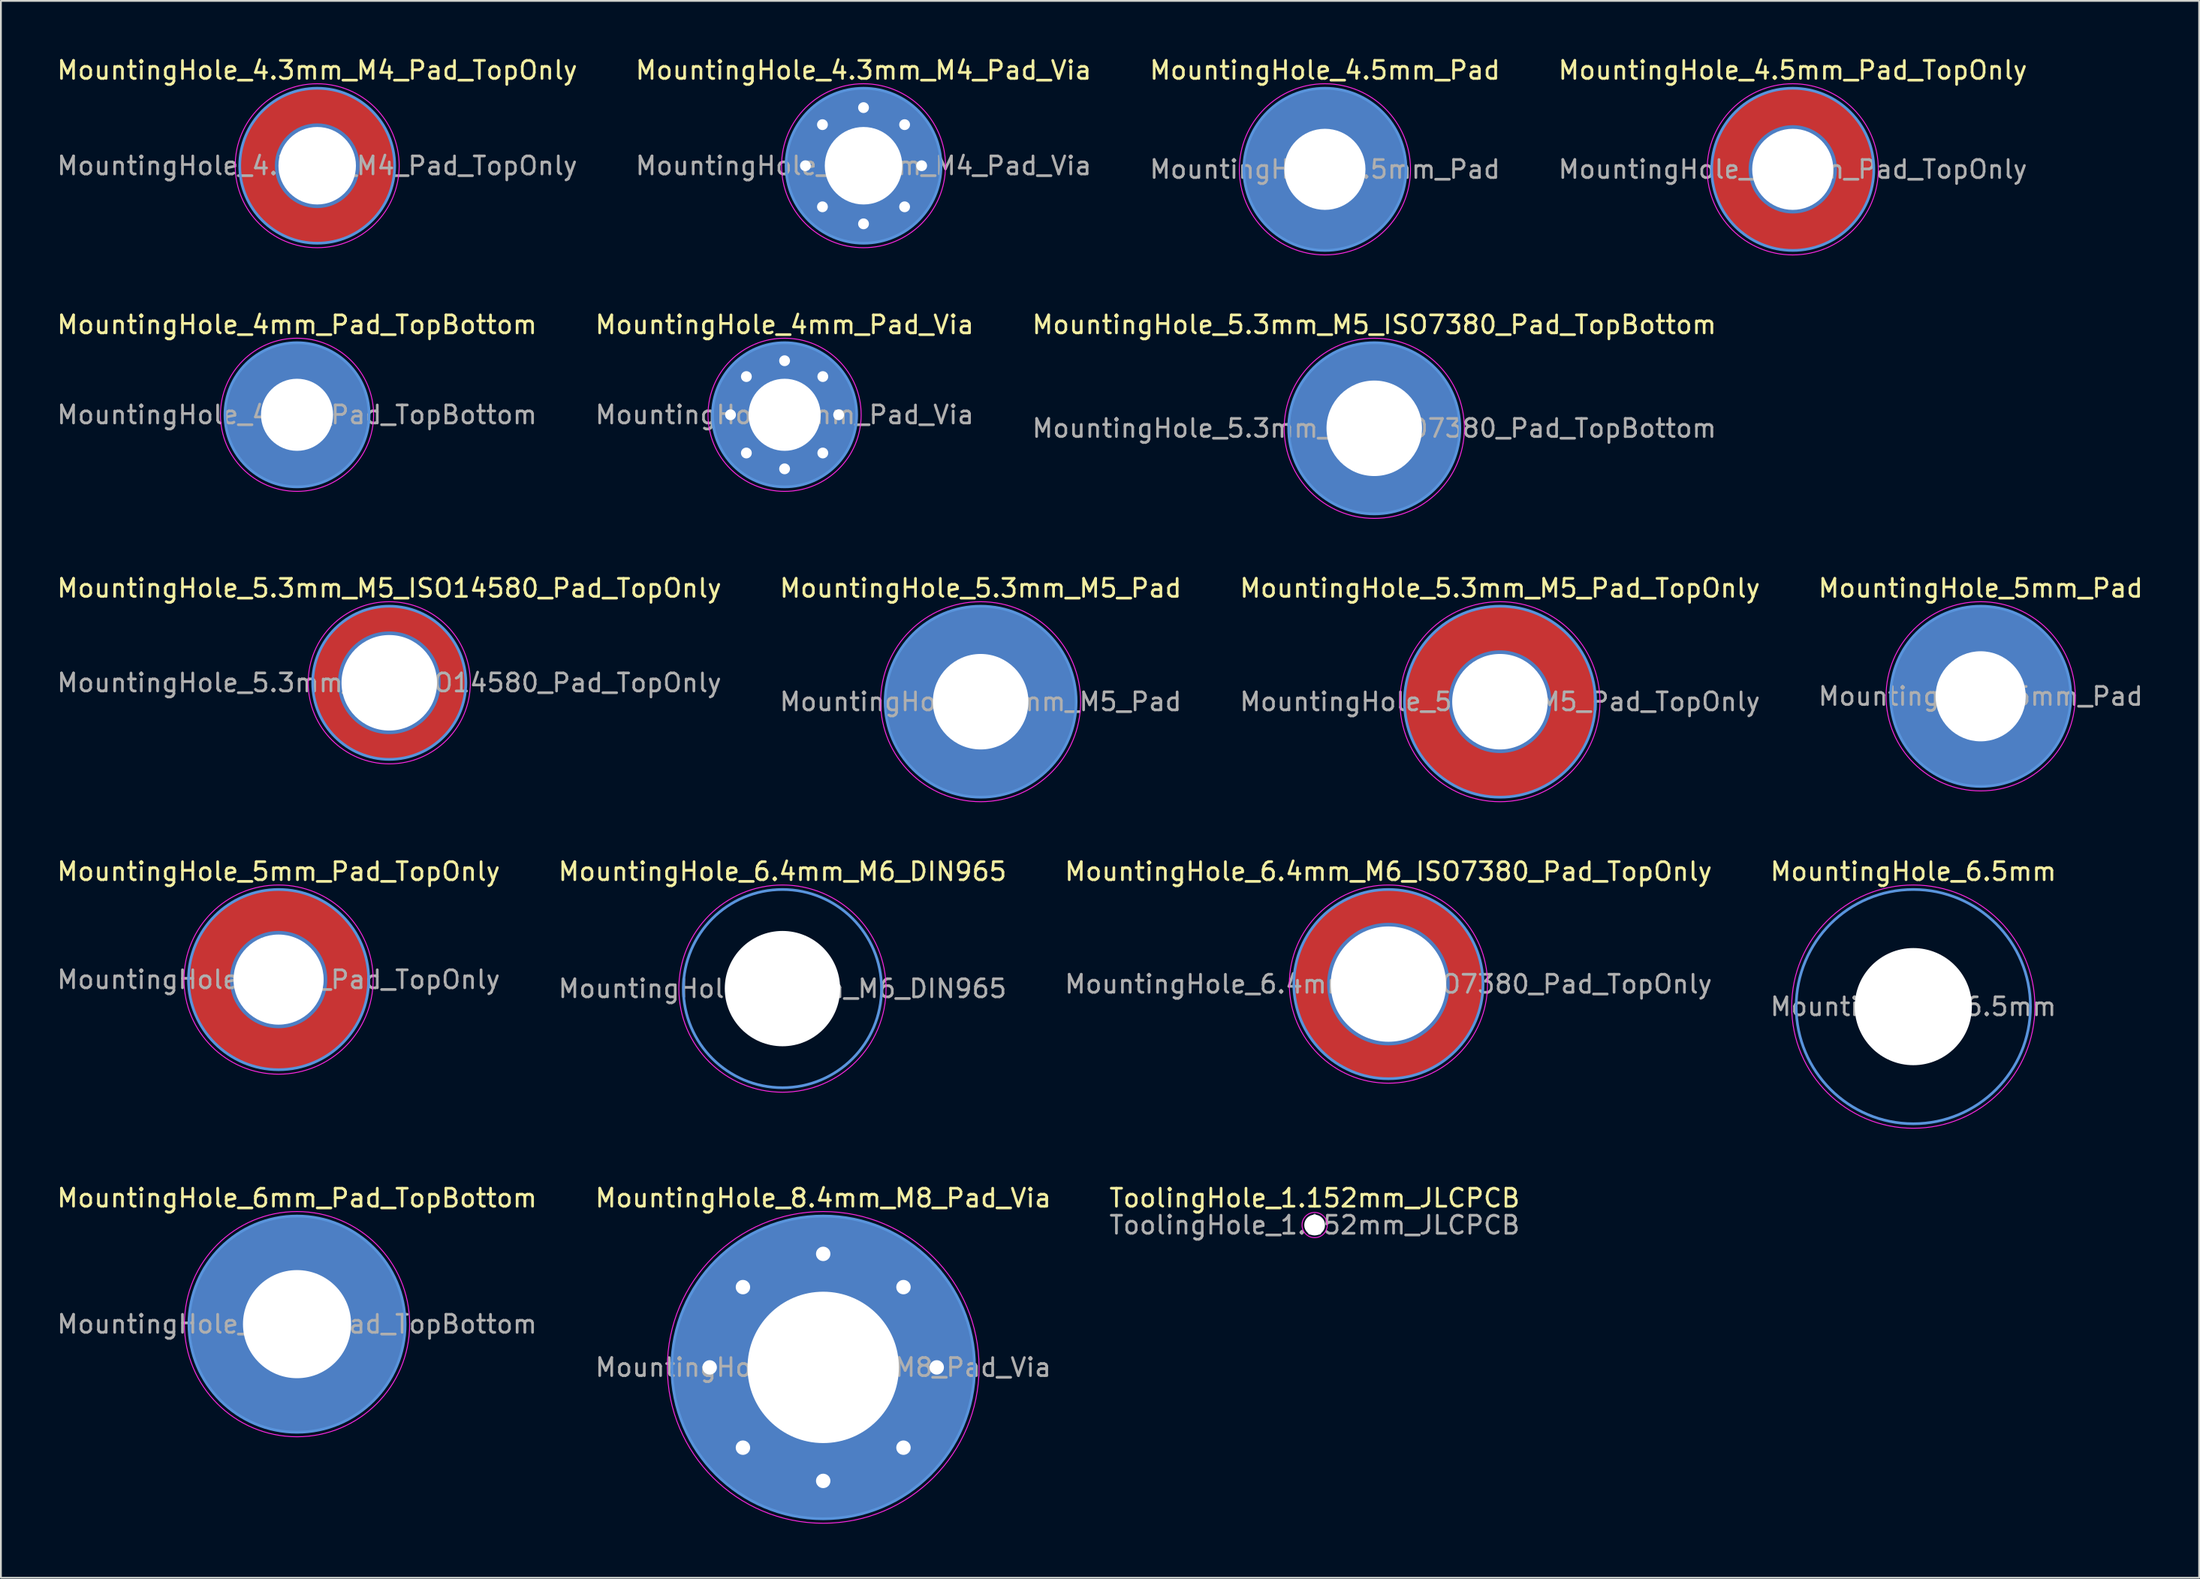
<source format=kicad_pcb>
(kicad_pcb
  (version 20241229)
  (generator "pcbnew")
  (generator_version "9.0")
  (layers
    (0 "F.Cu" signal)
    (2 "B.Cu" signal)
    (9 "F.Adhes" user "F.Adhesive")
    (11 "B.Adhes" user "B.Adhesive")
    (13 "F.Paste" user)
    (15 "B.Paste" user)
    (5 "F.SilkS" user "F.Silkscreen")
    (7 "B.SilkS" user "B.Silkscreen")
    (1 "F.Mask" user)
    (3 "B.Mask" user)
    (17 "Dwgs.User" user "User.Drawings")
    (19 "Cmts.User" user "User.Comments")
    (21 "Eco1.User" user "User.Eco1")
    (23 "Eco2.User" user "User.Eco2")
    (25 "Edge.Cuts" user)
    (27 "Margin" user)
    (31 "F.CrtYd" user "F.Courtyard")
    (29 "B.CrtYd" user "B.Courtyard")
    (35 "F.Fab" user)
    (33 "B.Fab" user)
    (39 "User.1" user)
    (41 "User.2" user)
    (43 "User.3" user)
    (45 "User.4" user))
  (footprint "MountingHole_4.5mm_Pad_TopOnly"
    (layer "F.Cu")
    (at 96.446 6.348)
    (property "Reference" "MountingHole_4.5mm_Pad_TopOnly" (at 0 -5.5 0) (layer "F.SilkS") (effects (font (size 1 1) (thickness 0.15))))
    (attr exclude_from_pos_files exclude_from_bom)
    (fp_circle (center 0 0) (end 4.5 0) (stroke (width 0.15) (type solid)) (fill no) (layer "Cmts.User"))
    (fp_circle (center 0 0) (end 4.75 0) (stroke (width 0.05) (type solid)) (fill no) (layer "F.CrtYd"))
    (fp_text user "${REFERENCE}" (at 0 0 0) (layer "F.Fab") (effects (font (size 1 1) (thickness 0.15))))
    (pad "1" thru_hole circle (at 0 0) (size 4.9 4.9) (drill 4.5) (layers "*.Cu" "*.Mask"))
    (pad "1" connect circle (at 0 0) (size 9 9) (layers "F.Cu" "F.Mask")))
  (footprint "MountingHole_6mm_Pad_TopBottom"
    (layer "F.Cu")
    (at 13.435 70.441)
    (property "Reference" "MountingHole_6mm_Pad_TopBottom" (at 0 -7 0) (layer "F.SilkS") (effects (font (size 1 1) (thickness 0.15))))
    (attr exclude_from_pos_files exclude_from_bom)
    (fp_circle (center 0 0) (end 6 0) (stroke (width 0.15) (type solid)) (fill no) (layer "Cmts.User"))
    (fp_circle (center 0 0) (end 6.25 0) (stroke (width 0.05) (type solid)) (fill no) (layer "F.CrtYd"))
    (fp_text user "${REFERENCE}" (at 0 0 0) (layer "F.Fab") (effects (font (size 1 1) (thickness 0.15))))
    (pad "1" thru_hole circle (at 0 0) (size 6.4 6.4) (drill 6) (layers "*.Cu" "*.Mask"))
    (pad "1" connect circle (at 0 0) (size 12 12) (layers "F.Cu" "F.Mask"))
    (pad "1" connect circle (at 0 0) (size 12 12) (layers "B.Cu" "B.Mask")))
  (footprint "MountingHole_5.3mm_M5_Pad_TopOnly"
    (layer "F.Cu")
    (at 80.196 35.895)
    (property "Reference" "MountingHole_5.3mm_M5_Pad_TopOnly" (at 0 -6.3 0) (layer "F.SilkS") (effects (font (size 1 1) (thickness 0.15))))
    (attr exclude_from_pos_files exclude_from_bom)
    (fp_circle (center 0 0) (end 5.3 0) (stroke (width 0.15) (type solid)) (fill no) (layer "Cmts.User"))
    (fp_circle (center 0 0) (end 5.55 0) (stroke (width 0.05) (type solid)) (fill no) (layer "F.CrtYd"))
    (fp_text user "${REFERENCE}" (at 0 0 0) (layer "F.Fab") (effects (font (size 1 1) (thickness 0.15))))
    (pad "" thru_hole circle (at 0 0) (size 5.7 5.7) (drill 5.3) (layers "*.Cu" "*.Mask"))
    (pad "" connect circle (at 0 0) (size 10.6 10.6) (layers "F.Cu" "F.Mask")))
  (footprint "MountingHole_4.3mm_M4_Pad_Via"
    (layer "F.Cu")
    (at 44.875 6.148)
    (property "Reference" "MountingHole_4.3mm_M4_Pad_Via" (at 0 -5.3 0) (layer "F.SilkS") (effects (font (size 1 1) (thickness 0.15))))
    (attr exclude_from_pos_files exclude_from_bom)
    (fp_circle (center 0 0) (end 4.3 0) (stroke (width 0.15) (type solid)) (fill no) (layer "Cmts.User"))
    (fp_circle (center 0 0) (end 4.55 0) (stroke (width 0.05) (type solid)) (fill no) (layer "F.CrtYd"))
    (fp_text user "${REFERENCE}" (at 0 0 0) (layer "F.Fab") (effects (font (size 1 1) (thickness 0.15))))
    (pad "1" thru_hole circle (at -3.225 0) (size 0.9 0.9) (drill 0.6) (layers "*.Cu" "*.Mask"))
    (pad "1" thru_hole circle (at -2.28 -2.28) (size 0.9 0.9) (drill 0.6) (layers "*.Cu" "*.Mask"))
    (pad "1" thru_hole circle (at -2.28 2.28) (size 0.9 0.9) (drill 0.6) (layers "*.Cu" "*.Mask"))
    (pad "1" thru_hole circle (at 0 -3.225) (size 0.9 0.9) (drill 0.6) (layers "*.Cu" "*.Mask"))
    (pad "1" thru_hole circle (at 0 0) (size 8.6 8.6) (drill 4.3) (layers "*.Cu" "*.Mask"))
    (pad "1" thru_hole circle (at 0 3.225) (size 0.9 0.9) (drill 0.6) (layers "*.Cu" "*.Mask"))
    (pad "1" thru_hole circle (at 2.28 -2.28) (size 0.9 0.9) (drill 0.6) (layers "*.Cu" "*.Mask"))
    (pad "1" thru_hole circle (at 2.28 2.28) (size 0.9 0.9) (drill 0.6) (layers "*.Cu" "*.Mask"))
    (pad "1" thru_hole circle (at 3.225 0) (size 0.9 0.9) (drill 0.6) (layers "*.Cu" "*.Mask")))
  (footprint "MountingHole_5mm_Pad"
    (layer "F.Cu")
    (at 106.875 35.595)
    (property "Reference" "MountingHole_5mm_Pad" (at 0 -6 0) (layer "F.SilkS") (effects (font (size 1 1) (thickness 0.15))))
    (attr exclude_from_pos_files exclude_from_bom)
    (fp_circle (center 0 0) (end 5 0) (stroke (width 0.15) (type solid)) (fill no) (layer "Cmts.User"))
    (fp_circle (center 0 0) (end 5.25 0) (stroke (width 0.05) (type solid)) (fill no) (layer "F.CrtYd"))
    (fp_text user "${REFERENCE}" (at 0 0 0) (layer "F.Fab") (effects (font (size 1 1) (thickness 0.15))))
    (pad "" thru_hole circle (at 0 0) (size 10 10) (drill 5) (layers "*.Cu" "*.Mask")))
  (footprint "MountingHole_4.3mm_M4_Pad_TopOnly"
    (layer "F.Cu")
    (at 14.554 6.148)
    (property "Reference" "MountingHole_4.3mm_M4_Pad_TopOnly" (at 0 -5.3 0) (layer "F.SilkS") (effects (font (size 1 1) (thickness 0.15))))
    (attr through_hole exclude_from_pos_files exclude_from_bom)
    (fp_circle (center 0 0) (end 4.3 0) (stroke (width 0.15) (type solid)) (fill no) (layer "Cmts.User"))
    (fp_circle (center 0 0) (end 4.55 0) (stroke (width 0.05) (type solid)) (fill no) (layer "F.CrtYd"))
    (fp_text user "${REFERENCE}" (at 0 0 0) (layer "F.Fab") (effects (font (size 1 1) (thickness 0.15))))
    (pad "" thru_hole circle (at 0 0) (size 4.7 4.7) (drill 4.3) (layers "*.Cu" "*.Mask"))
    (pad "" connect circle (at 0 0) (size 8.6 8.6) (layers "F.Cu" "F.Mask")))
  (footprint "MountingHole_4.5mm_Pad"
    (layer "F.Cu")
    (at 70.482 6.348)
    (property "Reference" "MountingHole_4.5mm_Pad" (at 0 -5.5 0) (layer "F.SilkS") (effects (font (size 1 1) (thickness 0.15))))
    (attr exclude_from_pos_files exclude_from_bom)
    (fp_circle (center 0 0) (end 4.5 0) (stroke (width 0.15) (type solid)) (fill no) (layer "Cmts.User"))
    (fp_circle (center 0 0) (end 4.75 0) (stroke (width 0.05) (type solid)) (fill no) (layer "F.CrtYd"))
    (fp_text user "${REFERENCE}" (at 0 0 0) (layer "F.Fab") (effects (font (size 1 1) (thickness 0.15))))
    (pad "" thru_hole circle (at 0 0) (size 9 9) (drill 4.5) (layers "*.Cu" "*.Mask")))
  (footprint "ToolingHole_1.152mm_JLCPCB"
    (layer "F.Cu")
    (at 69.911 64.941)
    (property "Reference" "ToolingHole_1.152mm_JLCPCB" (at 0 -1.5 0) (layer "F.SilkS") (effects (font (size 1 1) (thickness 0.15))))
    (attr exclude_from_pos_files exclude_from_bom)
    (fp_circle (center 0 0) (end 0.7 0) (stroke (width 0.05) (type solid)) (fill no) (layer "F.CrtYd"))
    (fp_text user "${REFERENCE}" (at 0 0 0) (layer "F.Fab") (effects (font (size 1 1) (thickness 0.15))))
    (pad "" np_thru_hole circle (at 0 0) (size 1.152 1.152) (drill 1.152) (layers "*.Cu" "*.Mask")))
  (footprint "MountingHole_8.4mm_M8_Pad_Via"
    (layer "F.Cu")
    (at 42.637 72.841)
    (property "Reference" "MountingHole_8.4mm_M8_Pad_Via" (at 0 -9.4 0) (layer "F.SilkS") (effects (font (size 1 1) (thickness 0.15))))
    (attr exclude_from_pos_files exclude_from_bom)
    (fp_circle (center 0 0) (end 8.4 0) (stroke (width 0.15) (type solid)) (fill no) (layer "Cmts.User"))
    (fp_circle (center 0 0) (end 8.65 0) (stroke (width 0.05) (type solid)) (fill no) (layer "F.CrtYd"))
    (fp_text user "${REFERENCE}" (at 0 0 0) (layer "F.Fab") (effects (font (size 1 1) (thickness 0.15))))
    (pad "" thru_hole circle (at -6.3 0) (size 1.1 1.1) (drill 0.8) (layers "*.Cu" "*.Mask"))
    (pad "" thru_hole circle (at -4.455 -4.455) (size 1.1 1.1) (drill 0.8) (layers "*.Cu" "*.Mask"))
    (pad "" thru_hole circle (at -4.455 4.455) (size 1.1 1.1) (drill 0.8) (layers "*.Cu" "*.Mask"))
    (pad "" thru_hole circle (at 0 -6.3) (size 1.1 1.1) (drill 0.8) (layers "*.Cu" "*.Mask"))
    (pad "" thru_hole circle (at 0 0) (size 16.8 16.8) (drill 8.4) (layers "*.Cu" "*.Mask"))
    (pad "" thru_hole circle (at 0 6.3) (size 1.1 1.1) (drill 0.8) (layers "*.Cu" "*.Mask"))
    (pad "" thru_hole circle (at 4.455 -4.455) (size 1.1 1.1) (drill 0.8) (layers "*.Cu" "*.Mask"))
    (pad "" thru_hole circle (at 4.455 4.455) (size 1.1 1.1) (drill 0.8) (layers "*.Cu" "*.Mask"))
    (pad "" thru_hole circle (at 6.3 0) (size 1.1 1.1) (drill 0.8) (layers "*.Cu" "*.Mask")))
  (footprint "MountingHole_6.4mm_M6_DIN965"
    (layer "F.Cu")
    (at 40.375 51.818)
    (property "Reference" "MountingHole_6.4mm_M6_DIN965" (at 0 -6.5 0) (layer "F.SilkS") (effects (font (size 1 1) (thickness 0.15))))
    (attr through_hole exclude_from_pos_files exclude_from_bom)
    (fp_circle (center 0 0) (end 5.5 0) (stroke (width 0.15) (type solid)) (fill no) (layer "Cmts.User"))
    (fp_circle (center 0 0) (end 5.75 0) (stroke (width 0.05) (type solid)) (fill no) (layer "F.CrtYd"))
    (fp_text user "${REFERENCE}" (at 0 0 0) (layer "F.Fab") (effects (font (size 1 1) (thickness 0.15))))
    (pad "" np_thru_hole circle (at 0 0) (size 6.4 6.4) (drill 6.4) (layers "*.Cu" "*.Mask")))
  (footprint "MountingHole_6.4mm_M6_ISO7380_Pad_TopOnly"
    (layer "F.Cu")
    (at 74.006 51.568)
    (property "Reference" "MountingHole_6.4mm_M6_ISO7380_Pad_TopOnly" (at 0 -6.25 0) (layer "F.SilkS") (effects (font (size 1 1) (thickness 0.15))))
    (attr exclude_from_pos_files exclude_from_bom)
    (fp_circle (center 0 0) (end 5.25 0) (stroke (width 0.15) (type solid)) (fill no) (layer "Cmts.User"))
    (fp_circle (center 0 0) (end 5.5 0) (stroke (width 0.05) (type solid)) (fill no) (layer "F.CrtYd"))
    (fp_text user "${REFERENCE}" (at 0 0 0) (layer "F.Fab") (effects (font (size 1 1) (thickness 0.15))))
    (pad "1" thru_hole circle (at 0 0) (size 6.8 6.8) (drill 6.4) (layers "*.Cu" "*.Mask"))
    (pad "1" connect circle (at 0 0) (size 10.5 10.5) (layers "F.Cu" "F.Mask")))
  (footprint "MountingHole_5.3mm_M5_ISO7380_Pad_TopBottom"
    (layer "F.Cu")
    (at 73.22 20.721)
    (property "Reference" "MountingHole_5.3mm_M5_ISO7380_Pad_TopBottom" (at 0 -5.75 0) (layer "F.SilkS") (effects (font (size 1 1) (thickness 0.15))))
    (attr exclude_from_pos_files exclude_from_bom)
    (fp_circle (center 0 0) (end 4.75 0) (stroke (width 0.15) (type solid)) (fill no) (layer "Cmts.User"))
    (fp_circle (center 0 0) (end 5 0) (stroke (width 0.05) (type solid)) (fill no) (layer "F.CrtYd"))
    (fp_text user "${REFERENCE}" (at 0 0 0) (layer "F.Fab") (effects (font (size 1 1) (thickness 0.15))))
    (pad "1" thru_hole circle (at 0 0) (size 5.7 5.7) (drill 5.3) (layers "*.Cu" "*.Mask"))
    (pad "1" connect circle (at 0 0) (size 9.5 9.5) (layers "F.Cu" "F.Mask"))
    (pad "1" connect circle (at 0 0) (size 9.5 9.5) (layers "B.Cu" "B.Mask")))
  (footprint "MountingHole_6.5mm"
    (layer "F.Cu")
    (at 103.137 52.818)
    (property "Reference" "MountingHole_6.5mm" (at 0 -7.5 0) (layer "F.SilkS") (effects (font (size 1 1) (thickness 0.15))))
    (attr through_hole exclude_from_pos_files exclude_from_bom)
    (fp_circle (center 0 0) (end 6.5 0) (stroke (width 0.15) (type solid)) (fill no) (layer "Cmts.User"))
    (fp_circle (center 0 0) (end 6.75 0) (stroke (width 0.05) (type solid)) (fill no) (layer "F.CrtYd"))
    (fp_text user "${REFERENCE}" (at 0 0 0) (layer "F.Fab") (effects (font (size 1 1) (thickness 0.15))))
    (pad "" np_thru_hole circle (at 0 0) (size 6.5 6.5) (drill 6.5) (layers "*.Cu" "*.Mask")))
  (footprint "MountingHole_4mm_Pad_TopBottom"
    (layer "F.Cu")
    (at 13.435 19.971)
    (property "Reference" "MountingHole_4mm_Pad_TopBottom" (at 0 -5 0) (layer "F.SilkS") (effects (font (size 1 1) (thickness 0.15))))
    (attr exclude_from_pos_files exclude_from_bom)
    (fp_circle (center 0 0) (end 4 0) (stroke (width 0.15) (type solid)) (fill no) (layer "Cmts.User"))
    (fp_circle (center 0 0) (end 4.25 0) (stroke (width 0.05) (type solid)) (fill no) (layer "F.CrtYd"))
    (fp_text user "${REFERENCE}" (at 0 0 0) (layer "F.Fab") (effects (font (size 1 1) (thickness 0.15))))
    (pad "" thru_hole circle (at 0 0) (size 4.4 4.4) (drill 4) (layers "*.Cu" "*.Mask"))
    (pad "" connect circle (at 0 0) (size 8 8) (layers "F.Cu" "F.Mask"))
    (pad "" connect circle (at 0 0) (size 8 8) (layers "B.Cu" "B.Mask")))
  (footprint "MountingHole_5.3mm_M5_Pad"
    (layer "F.Cu")
    (at 51.375 35.895)
    (property "Reference" "MountingHole_5.3mm_M5_Pad" (at 0 -6.3 0) (layer "F.SilkS") (effects (font (size 1 1) (thickness 0.15))))
    (attr exclude_from_pos_files exclude_from_bom)
    (fp_circle (center 0 0) (end 5.3 0) (stroke (width 0.15) (type solid)) (fill no) (layer "Cmts.User"))
    (fp_circle (center 0 0) (end 5.55 0) (stroke (width 0.05) (type solid)) (fill no) (layer "F.CrtYd"))
    (fp_text user "${REFERENCE}" (at 0 0 0) (layer "F.Fab") (effects (font (size 1 1) (thickness 0.15))))
    (pad "1" thru_hole circle (at 0 0) (size 10.6 10.6) (drill 5.3) (layers "*.Cu" "*.Mask")))
  (footprint "MountingHole_5.3mm_M5_ISO14580_Pad_TopOnly"
    (layer "F.Cu")
    (at 18.554 34.845)
    (property "Reference" "MountingHole_5.3mm_M5_ISO14580_Pad_TopOnly" (at 0 -5.25 0) (layer "F.SilkS") (effects (font (size 1 1) (thickness 0.15))))
    (attr through_hole exclude_from_pos_files exclude_from_bom)
    (fp_circle (center 0 0) (end 4.25 0) (stroke (width 0.15) (type solid)) (fill no) (layer "Cmts.User"))
    (fp_circle (center 0 0) (end 4.5 0) (stroke (width 0.05) (type solid)) (fill no) (layer "F.CrtYd"))
    (fp_text user "${REFERENCE}" (at 0 0 0) (layer "F.Fab") (effects (font (size 1 1) (thickness 0.15))))
    (pad "" thru_hole circle (at 0 0) (size 5.7 5.7) (drill 5.3) (layers "*.Cu" "*.Mask"))
    (pad "" connect circle (at 0 0) (size 8.5 8.5) (layers "F.Cu" "F.Mask")))
  (footprint "MountingHole_5mm_Pad_TopOnly"
    (layer "F.Cu")
    (at 12.411 51.318)
    (property "Reference" "MountingHole_5mm_Pad_TopOnly" (at 0 -6 0) (layer "F.SilkS") (effects (font (size 1 1) (thickness 0.15))))
    (attr exclude_from_pos_files exclude_from_bom)
    (fp_circle (center 0 0) (end 5 0) (stroke (width 0.15) (type solid)) (fill no) (layer "Cmts.User"))
    (fp_circle (center 0 0) (end 5.25 0) (stroke (width 0.05) (type solid)) (fill no) (layer "F.CrtYd"))
    (fp_text user "${REFERENCE}" (at 0 0 0) (layer "F.Fab") (effects (font (size 1 1) (thickness 0.15))))
    (pad "" thru_hole circle (at 0 0) (size 5.4 5.4) (drill 5) (layers "*.Cu" "*.Mask"))
    (pad "" connect circle (at 0 0) (size 10 10) (layers "F.Cu" "F.Mask")))
  (footprint "MountingHole_4mm_Pad_Via"
    (layer "F.Cu")
    (at 40.494 19.971)
    (property "Reference" "MountingHole_4mm_Pad_Via" (at 0 -5 0) (layer "F.SilkS") (effects (font (size 1 1) (thickness 0.15))))
    (attr through_hole exclude_from_pos_files exclude_from_bom)
    (fp_circle (center 0 0) (end 4 0) (stroke (width 0.15) (type solid)) (fill no) (layer "Cmts.User"))
    (fp_circle (center 0 0) (end 4.25 0) (stroke (width 0.05) (type solid)) (fill no) (layer "F.CrtYd"))
    (fp_text user "${REFERENCE}" (at 0 0 0) (layer "F.Fab") (effects (font (size 1 1) (thickness 0.15))))
    (pad "" thru_hole circle (at -3 0) (size 0.9 0.9) (drill 0.6) (layers "*.Cu" "*.Mask"))
    (pad "" thru_hole circle (at -2.121 -2.121) (size 0.9 0.9) (drill 0.6) (layers "*.Cu" "*.Mask"))
    (pad "" thru_hole circle (at -2.121 2.121) (size 0.9 0.9) (drill 0.6) (layers "*.Cu" "*.Mask"))
    (pad "" thru_hole circle (at 0 -3) (size 0.9 0.9) (drill 0.6) (layers "*.Cu" "*.Mask"))
    (pad "" thru_hole circle (at 0 0) (size 8 8) (drill 4) (layers "*.Cu" "*.Mask"))
    (pad "" thru_hole circle (at 0 3) (size 0.9 0.9) (drill 0.6) (layers "*.Cu" "*.Mask"))
    (pad "" thru_hole circle (at 2.121 -2.121) (size 0.9 0.9) (drill 0.6) (layers "*.Cu" "*.Mask"))
    (pad "" thru_hole circle (at 2.121 2.121) (size 0.9 0.9) (drill 0.6) (layers "*.Cu" "*.Mask"))
    (pad "" thru_hole circle (at 3 0) (size 0.9 0.9) (drill 0.6) (layers "*.Cu" "*.Mask")))
  (gr_rect
    (start -3 -3)
    (end 119 84.516)
    (stroke (width 0.1) (type default))
    (fill no)
    (layer "Edge.Cuts")))
</source>
